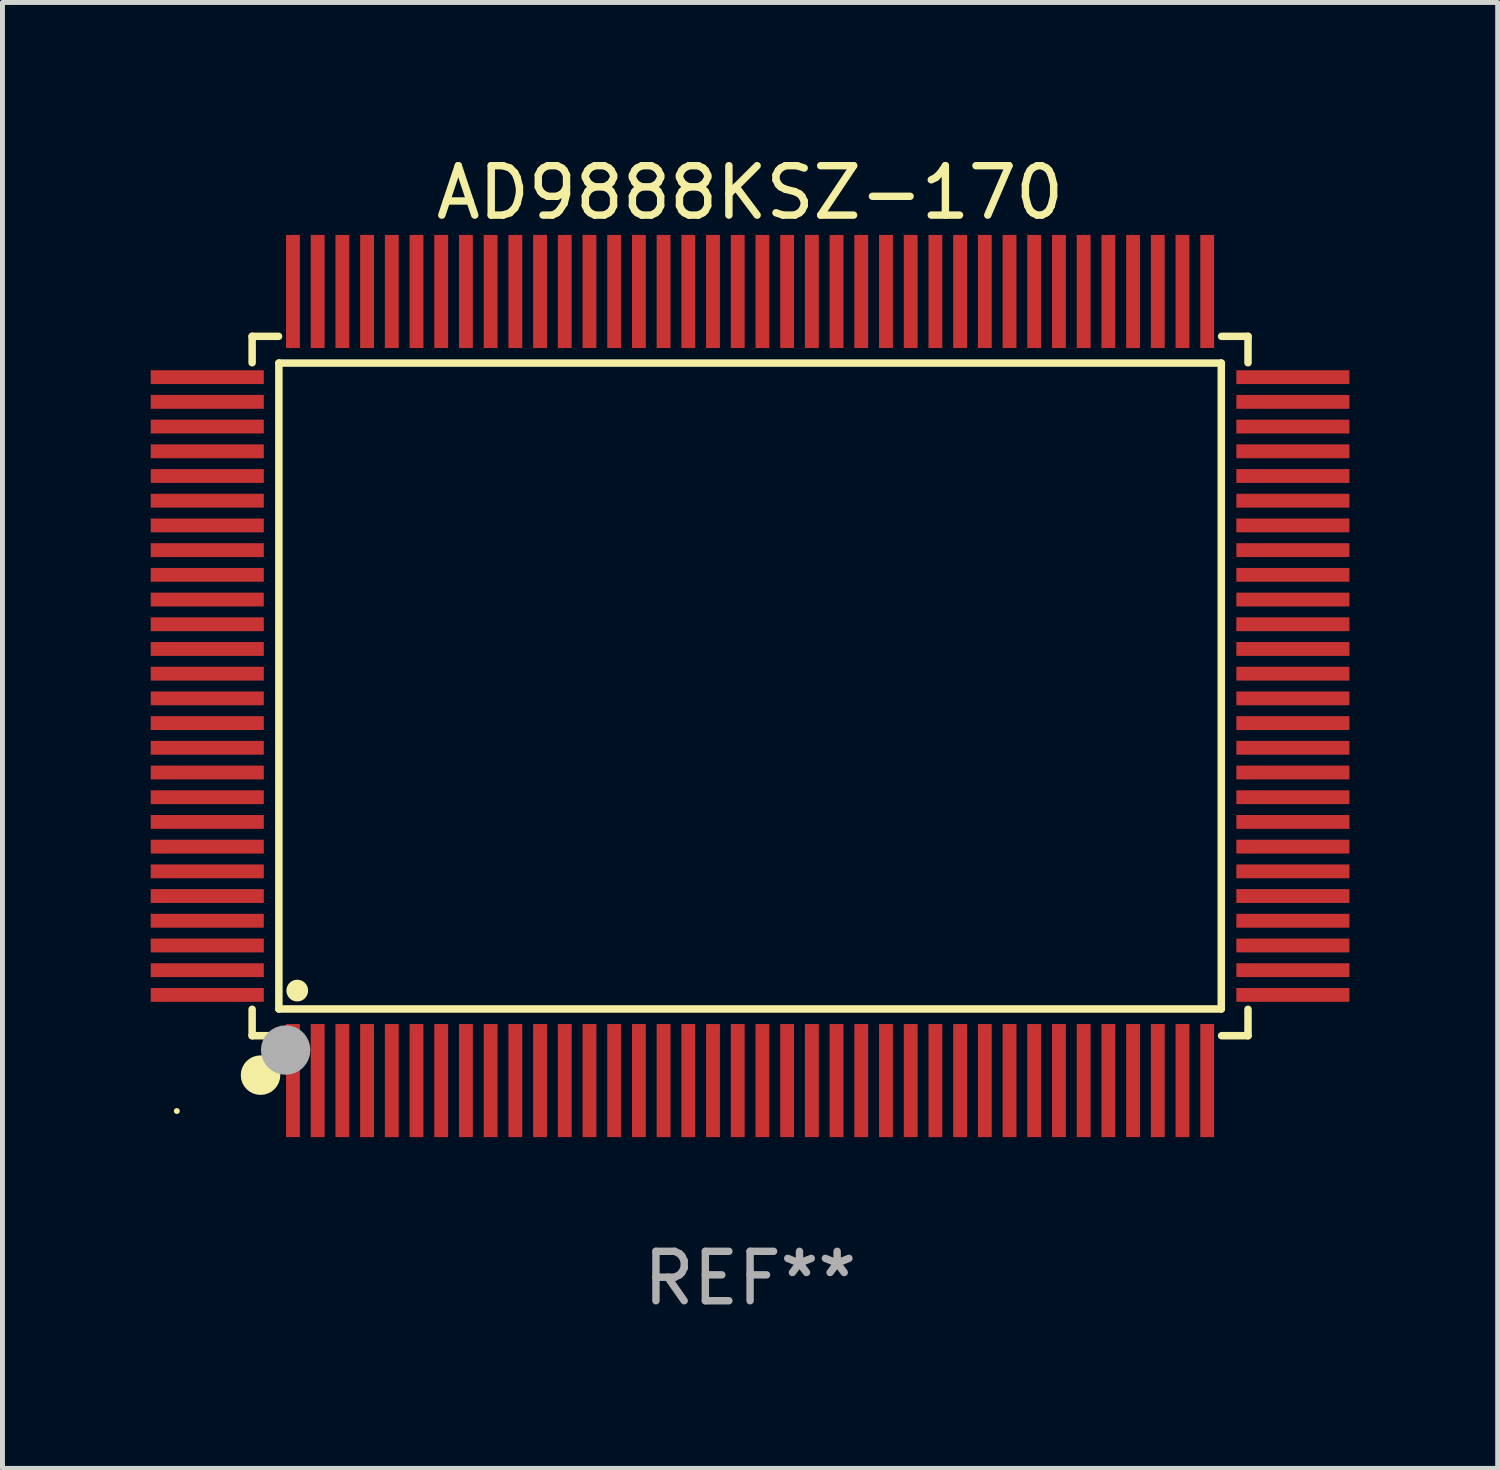
<source format=kicad_pcb>
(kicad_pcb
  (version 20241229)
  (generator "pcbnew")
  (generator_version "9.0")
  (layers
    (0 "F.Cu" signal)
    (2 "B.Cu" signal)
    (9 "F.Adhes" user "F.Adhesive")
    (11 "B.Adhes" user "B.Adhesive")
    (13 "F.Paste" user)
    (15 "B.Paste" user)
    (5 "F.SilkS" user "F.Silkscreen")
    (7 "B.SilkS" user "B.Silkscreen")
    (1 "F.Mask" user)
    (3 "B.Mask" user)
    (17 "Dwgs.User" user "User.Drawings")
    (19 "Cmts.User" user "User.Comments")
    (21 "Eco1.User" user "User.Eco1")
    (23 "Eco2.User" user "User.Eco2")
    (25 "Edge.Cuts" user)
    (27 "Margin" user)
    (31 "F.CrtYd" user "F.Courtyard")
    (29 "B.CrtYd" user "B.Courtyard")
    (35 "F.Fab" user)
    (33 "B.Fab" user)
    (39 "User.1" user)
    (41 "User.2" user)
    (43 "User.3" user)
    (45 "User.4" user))
  (footprint "AD9888KSZ-170"
    (layer "F.Cu")
    (at 12.128 10.832)
    (property "Reference" "AD9888KSZ-170" (at 0 -9.984 0) (layer "F.SilkS") (effects (font (size 1 1) (thickness 0.15))))
    (attr through_hole)
    (fp_line (start -10.076 -7.076) (end -10.076 -6.542) (stroke (width 0.152) (type solid)) (layer "F.SilkS"))
    (fp_line (start -10.076 7.076) (end -10.076 6.542) (stroke (width 0.152) (type solid)) (layer "F.SilkS"))
    (fp_line (start -9.542 -7.076) (end -10.076 -7.076) (stroke (width 0.152) (type solid)) (layer "F.SilkS"))
    (fp_line (start -9.542 7.076) (end -10.076 7.076) (stroke (width 0.152) (type solid)) (layer "F.SilkS"))
    (fp_line (start -9.535 -6.535) (end 9.535 -6.535) (stroke (width 0.152) (type solid)) (layer "F.SilkS"))
    (fp_line (start -9.535 6.535) (end -9.535 -6.535) (stroke (width 0.152) (type solid)) (layer "F.SilkS"))
    (fp_line (start 9.535 -6.535) (end 9.535 6.535) (stroke (width 0.152) (type solid)) (layer "F.SilkS"))
    (fp_line (start 9.535 6.535) (end -9.535 6.535) (stroke (width 0.152) (type solid)) (layer "F.SilkS"))
    (fp_line (start 9.542 -7.076) (end 10.076 -7.076) (stroke (width 0.152) (type solid)) (layer "F.SilkS"))
    (fp_line (start 9.542 7.076) (end 10.076 7.076) (stroke (width 0.152) (type solid)) (layer "F.SilkS"))
    (fp_line (start 10.076 -7.076) (end 10.076 -6.542) (stroke (width 0.152) (type solid)) (layer "F.SilkS"))
    (fp_line (start 10.076 7.076) (end 10.076 6.542) (stroke (width 0.152) (type solid)) (layer "F.SilkS"))
    (fp_circle (center -11.6 8.6) (end -11.57 8.6) (stroke (width 0.06) (type solid)) (fill no) (layer "F.SilkS"))
    (fp_circle (center -9.906 7.874) (end -9.706 7.874) (stroke (width 0.4) (type solid)) (fill no) (layer "F.SilkS"))
    (fp_circle (center -9.163 6.163) (end -9.053 6.163) (stroke (width 0.22) (type solid)) (fill no) (layer "F.SilkS"))
    (fp_circle (center -9.398 7.366) (end -9.148 7.366) (stroke (width 0.5) (type solid)) (fill no) (layer "F.Fab"))
    (fp_text user "REF**" (at 0 11.984 0) (layer "F.Fab") (effects (font (size 1 1) (thickness 0.15))))
    (pad "1" smd rect (at -9.25 7.984) (size 0.28 2.288) (layers "F.Cu" "F.Mask" "F.Paste"))
    (pad "2" smd rect (at -8.75 7.984) (size 0.28 2.288) (layers "F.Cu" "F.Mask" "F.Paste"))
    (pad "3" smd rect (at -8.25 7.984) (size 0.28 2.288) (layers "F.Cu" "F.Mask" "F.Paste"))
    (pad "4" smd rect (at -7.75 7.984) (size 0.28 2.288) (layers "F.Cu" "F.Mask" "F.Paste"))
    (pad "5" smd rect (at -7.25 7.984) (size 0.28 2.288) (layers "F.Cu" "F.Mask" "F.Paste"))
    (pad "6" smd rect (at -6.75 7.984) (size 0.28 2.288) (layers "F.Cu" "F.Mask" "F.Paste"))
    (pad "7" smd rect (at -6.25 7.984) (size 0.28 2.288) (layers "F.Cu" "F.Mask" "F.Paste"))
    (pad "8" smd rect (at -5.75 7.984) (size 0.28 2.288) (layers "F.Cu" "F.Mask" "F.Paste"))
    (pad "9" smd rect (at -5.25 7.984) (size 0.28 2.288) (layers "F.Cu" "F.Mask" "F.Paste"))
    (pad "10" smd rect (at -4.75 7.984) (size 0.28 2.288) (layers "F.Cu" "F.Mask" "F.Paste"))
    (pad "11" smd rect (at -4.25 7.984) (size 0.28 2.288) (layers "F.Cu" "F.Mask" "F.Paste"))
    (pad "12" smd rect (at -3.75 7.984) (size 0.28 2.288) (layers "F.Cu" "F.Mask" "F.Paste"))
    (pad "13" smd rect (at -3.25 7.984) (size 0.28 2.288) (layers "F.Cu" "F.Mask" "F.Paste"))
    (pad "14" smd rect (at -2.75 7.984) (size 0.28 2.288) (layers "F.Cu" "F.Mask" "F.Paste"))
    (pad "15" smd rect (at -2.25 7.984) (size 0.28 2.288) (layers "F.Cu" "F.Mask" "F.Paste"))
    (pad "16" smd rect (at -1.75 7.984) (size 0.28 2.288) (layers "F.Cu" "F.Mask" "F.Paste"))
    (pad "17" smd rect (at -1.25 7.984) (size 0.28 2.288) (layers "F.Cu" "F.Mask" "F.Paste"))
    (pad "18" smd rect (at -0.75 7.984) (size 0.28 2.288) (layers "F.Cu" "F.Mask" "F.Paste"))
    (pad "19" smd rect (at -0.25 7.984) (size 0.28 2.288) (layers "F.Cu" "F.Mask" "F.Paste"))
    (pad "20" smd rect (at 0.25 7.984) (size 0.28 2.288) (layers "F.Cu" "F.Mask" "F.Paste"))
    (pad "21" smd rect (at 0.75 7.984) (size 0.28 2.288) (layers "F.Cu" "F.Mask" "F.Paste"))
    (pad "22" smd rect (at 1.25 7.984) (size 0.28 2.288) (layers "F.Cu" "F.Mask" "F.Paste"))
    (pad "23" smd rect (at 1.75 7.984) (size 0.28 2.288) (layers "F.Cu" "F.Mask" "F.Paste"))
    (pad "24" smd rect (at 2.25 7.984) (size 0.28 2.288) (layers "F.Cu" "F.Mask" "F.Paste"))
    (pad "25" smd rect (at 2.75 7.984) (size 0.28 2.288) (layers "F.Cu" "F.Mask" "F.Paste"))
    (pad "26" smd rect (at 3.25 7.984) (size 0.28 2.288) (layers "F.Cu" "F.Mask" "F.Paste"))
    (pad "27" smd rect (at 3.75 7.984) (size 0.28 2.288) (layers "F.Cu" "F.Mask" "F.Paste"))
    (pad "28" smd rect (at 4.25 7.984) (size 0.28 2.288) (layers "F.Cu" "F.Mask" "F.Paste"))
    (pad "29" smd rect (at 4.75 7.984) (size 0.28 2.288) (layers "F.Cu" "F.Mask" "F.Paste"))
    (pad "30" smd rect (at 5.25 7.984) (size 0.28 2.288) (layers "F.Cu" "F.Mask" "F.Paste"))
    (pad "31" smd rect (at 5.75 7.984) (size 0.28 2.288) (layers "F.Cu" "F.Mask" "F.Paste"))
    (pad "32" smd rect (at 6.25 7.984) (size 0.28 2.288) (layers "F.Cu" "F.Mask" "F.Paste"))
    (pad "33" smd rect (at 6.75 7.984) (size 0.28 2.288) (layers "F.Cu" "F.Mask" "F.Paste"))
    (pad "34" smd rect (at 7.25 7.984) (size 0.28 2.288) (layers "F.Cu" "F.Mask" "F.Paste"))
    (pad "35" smd rect (at 7.75 7.984) (size 0.28 2.288) (layers "F.Cu" "F.Mask" "F.Paste"))
    (pad "36" smd rect (at 8.25 7.984) (size 0.28 2.288) (layers "F.Cu" "F.Mask" "F.Paste"))
    (pad "37" smd rect (at 8.75 7.984) (size 0.28 2.288) (layers "F.Cu" "F.Mask" "F.Paste"))
    (pad "38" smd rect (at 9.25 7.984) (size 0.28 2.288) (layers "F.Cu" "F.Mask" "F.Paste"))
    (pad "39" smd rect (at 10.984 6.25) (size 2.288 0.28) (layers "F.Cu" "F.Mask" "F.Paste"))
    (pad "40" smd rect (at 10.984 5.75) (size 2.288 0.28) (layers "F.Cu" "F.Mask" "F.Paste"))
    (pad "41" smd rect (at 10.984 5.25) (size 2.288 0.28) (layers "F.Cu" "F.Mask" "F.Paste"))
    (pad "42" smd rect (at 10.984 4.75) (size 2.288 0.28) (layers "F.Cu" "F.Mask" "F.Paste"))
    (pad "43" smd rect (at 10.984 4.25) (size 2.288 0.28) (layers "F.Cu" "F.Mask" "F.Paste"))
    (pad "44" smd rect (at 10.984 3.75) (size 2.288 0.28) (layers "F.Cu" "F.Mask" "F.Paste"))
    (pad "45" smd rect (at 10.984 3.25) (size 2.288 0.28) (layers "F.Cu" "F.Mask" "F.Paste"))
    (pad "46" smd rect (at 10.984 2.75) (size 2.288 0.28) (layers "F.Cu" "F.Mask" "F.Paste"))
    (pad "47" smd rect (at 10.984 2.25) (size 2.288 0.28) (layers "F.Cu" "F.Mask" "F.Paste"))
    (pad "48" smd rect (at 10.984 1.75) (size 2.288 0.28) (layers "F.Cu" "F.Mask" "F.Paste"))
    (pad "49" smd rect (at 10.984 1.25) (size 2.288 0.28) (layers "F.Cu" "F.Mask" "F.Paste"))
    (pad "50" smd rect (at 10.984 0.75) (size 2.288 0.28) (layers "F.Cu" "F.Mask" "F.Paste"))
    (pad "51" smd rect (at 10.984 0.25) (size 2.288 0.28) (layers "F.Cu" "F.Mask" "F.Paste"))
    (pad "52" smd rect (at 10.984 -0.25) (size 2.288 0.28) (layers "F.Cu" "F.Mask" "F.Paste"))
    (pad "53" smd rect (at 10.984 -0.75) (size 2.288 0.28) (layers "F.Cu" "F.Mask" "F.Paste"))
    (pad "54" smd rect (at 10.984 -1.25) (size 2.288 0.28) (layers "F.Cu" "F.Mask" "F.Paste"))
    (pad "55" smd rect (at 10.984 -1.75) (size 2.288 0.28) (layers "F.Cu" "F.Mask" "F.Paste"))
    (pad "56" smd rect (at 10.984 -2.25) (size 2.288 0.28) (layers "F.Cu" "F.Mask" "F.Paste"))
    (pad "57" smd rect (at 10.984 -2.75) (size 2.288 0.28) (layers "F.Cu" "F.Mask" "F.Paste"))
    (pad "58" smd rect (at 10.984 -3.25) (size 2.288 0.28) (layers "F.Cu" "F.Mask" "F.Paste"))
    (pad "59" smd rect (at 10.984 -3.75) (size 2.288 0.28) (layers "F.Cu" "F.Mask" "F.Paste"))
    (pad "60" smd rect (at 10.984 -4.25) (size 2.288 0.28) (layers "F.Cu" "F.Mask" "F.Paste"))
    (pad "61" smd rect (at 10.984 -4.75) (size 2.288 0.28) (layers "F.Cu" "F.Mask" "F.Paste"))
    (pad "62" smd rect (at 10.984 -5.25) (size 2.288 0.28) (layers "F.Cu" "F.Mask" "F.Paste"))
    (pad "63" smd rect (at 10.984 -5.75) (size 2.288 0.28) (layers "F.Cu" "F.Mask" "F.Paste"))
    (pad "64" smd rect (at 10.984 -6.25) (size 2.288 0.28) (layers "F.Cu" "F.Mask" "F.Paste"))
    (pad "65" smd rect (at 9.25 -7.984) (size 0.28 2.288) (layers "F.Cu" "F.Mask" "F.Paste"))
    (pad "66" smd rect (at 8.75 -7.984) (size 0.28 2.288) (layers "F.Cu" "F.Mask" "F.Paste"))
    (pad "67" smd rect (at 8.25 -7.984) (size 0.28 2.288) (layers "F.Cu" "F.Mask" "F.Paste"))
    (pad "68" smd rect (at 7.75 -7.984) (size 0.28 2.288) (layers "F.Cu" "F.Mask" "F.Paste"))
    (pad "69" smd rect (at 7.25 -7.984) (size 0.28 2.288) (layers "F.Cu" "F.Mask" "F.Paste"))
    (pad "70" smd rect (at 6.75 -7.984) (size 0.28 2.288) (layers "F.Cu" "F.Mask" "F.Paste"))
    (pad "71" smd rect (at 6.25 -7.984) (size 0.28 2.288) (layers "F.Cu" "F.Mask" "F.Paste"))
    (pad "72" smd rect (at 5.75 -7.984) (size 0.28 2.288) (layers "F.Cu" "F.Mask" "F.Paste"))
    (pad "73" smd rect (at 5.25 -7.984) (size 0.28 2.288) (layers "F.Cu" "F.Mask" "F.Paste"))
    (pad "74" smd rect (at 4.75 -7.984) (size 0.28 2.288) (layers "F.Cu" "F.Mask" "F.Paste"))
    (pad "75" smd rect (at 4.25 -7.984) (size 0.28 2.288) (layers "F.Cu" "F.Mask" "F.Paste"))
    (pad "76" smd rect (at 3.75 -7.984) (size 0.28 2.288) (layers "F.Cu" "F.Mask" "F.Paste"))
    (pad "77" smd rect (at 3.25 -7.984) (size 0.28 2.288) (layers "F.Cu" "F.Mask" "F.Paste"))
    (pad "78" smd rect (at 2.75 -7.984) (size 0.28 2.288) (layers "F.Cu" "F.Mask" "F.Paste"))
    (pad "79" smd rect (at 2.25 -7.984) (size 0.28 2.288) (layers "F.Cu" "F.Mask" "F.Paste"))
    (pad "80" smd rect (at 1.75 -7.984) (size 0.28 2.288) (layers "F.Cu" "F.Mask" "F.Paste"))
    (pad "81" smd rect (at 1.25 -7.984) (size 0.28 2.288) (layers "F.Cu" "F.Mask" "F.Paste"))
    (pad "82" smd rect (at 0.75 -7.984) (size 0.28 2.288) (layers "F.Cu" "F.Mask" "F.Paste"))
    (pad "83" smd rect (at 0.25 -7.984) (size 0.28 2.288) (layers "F.Cu" "F.Mask" "F.Paste"))
    (pad "84" smd rect (at -0.25 -7.984) (size 0.28 2.288) (layers "F.Cu" "F.Mask" "F.Paste"))
    (pad "85" smd rect (at -0.75 -7.984) (size 0.28 2.288) (layers "F.Cu" "F.Mask" "F.Paste"))
    (pad "86" smd rect (at -1.25 -7.984) (size 0.28 2.288) (layers "F.Cu" "F.Mask" "F.Paste"))
    (pad "87" smd rect (at -1.75 -7.984) (size 0.28 2.288) (layers "F.Cu" "F.Mask" "F.Paste"))
    (pad "88" smd rect (at -2.25 -7.984) (size 0.28 2.288) (layers "F.Cu" "F.Mask" "F.Paste"))
    (pad "89" smd rect (at -2.75 -7.984) (size 0.28 2.288) (layers "F.Cu" "F.Mask" "F.Paste"))
    (pad "90" smd rect (at -3.25 -7.984) (size 0.28 2.288) (layers "F.Cu" "F.Mask" "F.Paste"))
    (pad "91" smd rect (at -3.75 -7.984) (size 0.28 2.288) (layers "F.Cu" "F.Mask" "F.Paste"))
    (pad "92" smd rect (at -4.25 -7.984) (size 0.28 2.288) (layers "F.Cu" "F.Mask" "F.Paste"))
    (pad "93" smd rect (at -4.75 -7.984) (size 0.28 2.288) (layers "F.Cu" "F.Mask" "F.Paste"))
    (pad "94" smd rect (at -5.25 -7.984) (size 0.28 2.288) (layers "F.Cu" "F.Mask" "F.Paste"))
    (pad "95" smd rect (at -5.75 -7.984) (size 0.28 2.288) (layers "F.Cu" "F.Mask" "F.Paste"))
    (pad "96" smd rect (at -6.25 -7.984) (size 0.28 2.288) (layers "F.Cu" "F.Mask" "F.Paste"))
    (pad "97" smd rect (at -6.75 -7.984) (size 0.28 2.288) (layers "F.Cu" "F.Mask" "F.Paste"))
    (pad "98" smd rect (at -7.25 -7.984) (size 0.28 2.288) (layers "F.Cu" "F.Mask" "F.Paste"))
    (pad "99" smd rect (at -7.75 -7.984) (size 0.28 2.288) (layers "F.Cu" "F.Mask" "F.Paste"))
    (pad "100" smd rect (at -8.25 -7.984) (size 0.28 2.288) (layers "F.Cu" "F.Mask" "F.Paste"))
    (pad "101" smd rect (at -8.75 -7.984) (size 0.28 2.288) (layers "F.Cu" "F.Mask" "F.Paste"))
    (pad "102" smd rect (at -9.25 -7.984) (size 0.28 2.288) (layers "F.Cu" "F.Mask" "F.Paste"))
    (pad "103" smd rect (at -10.984 -6.25) (size 2.288 0.28) (layers "F.Cu" "F.Mask" "F.Paste"))
    (pad "104" smd rect (at -10.984 -5.75) (size 2.288 0.28) (layers "F.Cu" "F.Mask" "F.Paste"))
    (pad "105" smd rect (at -10.984 -5.25) (size 2.288 0.28) (layers "F.Cu" "F.Mask" "F.Paste"))
    (pad "106" smd rect (at -10.984 -4.75) (size 2.288 0.28) (layers "F.Cu" "F.Mask" "F.Paste"))
    (pad "107" smd rect (at -10.984 -4.25) (size 2.288 0.28) (layers "F.Cu" "F.Mask" "F.Paste"))
    (pad "108" smd rect (at -10.984 -3.75) (size 2.288 0.28) (layers "F.Cu" "F.Mask" "F.Paste"))
    (pad "109" smd rect (at -10.984 -3.25) (size 2.288 0.28) (layers "F.Cu" "F.Mask" "F.Paste"))
    (pad "110" smd rect (at -10.984 -2.75) (size 2.288 0.28) (layers "F.Cu" "F.Mask" "F.Paste"))
    (pad "111" smd rect (at -10.984 -2.25) (size 2.288 0.28) (layers "F.Cu" "F.Mask" "F.Paste"))
    (pad "112" smd rect (at -10.984 -1.75) (size 2.288 0.28) (layers "F.Cu" "F.Mask" "F.Paste"))
    (pad "113" smd rect (at -10.984 -1.25) (size 2.288 0.28) (layers "F.Cu" "F.Mask" "F.Paste"))
    (pad "114" smd rect (at -10.984 -0.75) (size 2.288 0.28) (layers "F.Cu" "F.Mask" "F.Paste"))
    (pad "115" smd rect (at -10.984 -0.25) (size 2.288 0.28) (layers "F.Cu" "F.Mask" "F.Paste"))
    (pad "116" smd rect (at -10.984 0.25) (size 2.288 0.28) (layers "F.Cu" "F.Mask" "F.Paste"))
    (pad "117" smd rect (at -10.984 0.75) (size 2.288 0.28) (layers "F.Cu" "F.Mask" "F.Paste"))
    (pad "118" smd rect (at -10.984 1.25) (size 2.288 0.28) (layers "F.Cu" "F.Mask" "F.Paste"))
    (pad "119" smd rect (at -10.984 1.75) (size 2.288 0.28) (layers "F.Cu" "F.Mask" "F.Paste"))
    (pad "120" smd rect (at -10.984 2.25) (size 2.288 0.28) (layers "F.Cu" "F.Mask" "F.Paste"))
    (pad "121" smd rect (at -10.984 2.75) (size 2.288 0.28) (layers "F.Cu" "F.Mask" "F.Paste"))
    (pad "122" smd rect (at -10.984 3.25) (size 2.288 0.28) (layers "F.Cu" "F.Mask" "F.Paste"))
    (pad "123" smd rect (at -10.984 3.75) (size 2.288 0.28) (layers "F.Cu" "F.Mask" "F.Paste"))
    (pad "124" smd rect (at -10.984 4.25) (size 2.288 0.28) (layers "F.Cu" "F.Mask" "F.Paste"))
    (pad "125" smd rect (at -10.984 4.75) (size 2.288 0.28) (layers "F.Cu" "F.Mask" "F.Paste"))
    (pad "126" smd rect (at -10.984 5.25) (size 2.288 0.28) (layers "F.Cu" "F.Mask" "F.Paste"))
    (pad "127" smd rect (at -10.984 5.75) (size 2.288 0.28) (layers "F.Cu" "F.Mask" "F.Paste"))
    (pad "128" smd rect (at -10.984 6.25) (size 2.288 0.28) (layers "F.Cu" "F.Mask" "F.Paste")))
  (gr_rect
    (start -3 -3)
    (end 27.256 26.664)
    (stroke (width 0.1) (type default))
    (fill no)
    (layer "Edge.Cuts")))
</source>
